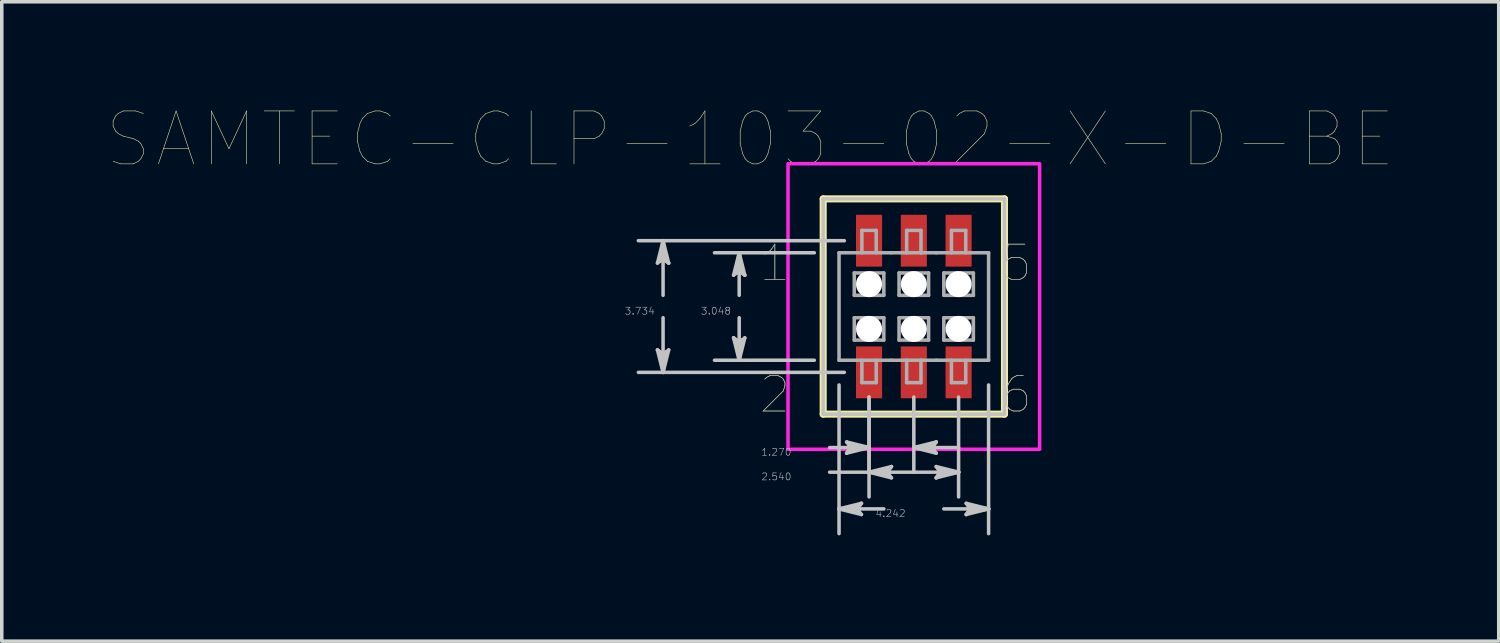
<source format=kicad_pcb>
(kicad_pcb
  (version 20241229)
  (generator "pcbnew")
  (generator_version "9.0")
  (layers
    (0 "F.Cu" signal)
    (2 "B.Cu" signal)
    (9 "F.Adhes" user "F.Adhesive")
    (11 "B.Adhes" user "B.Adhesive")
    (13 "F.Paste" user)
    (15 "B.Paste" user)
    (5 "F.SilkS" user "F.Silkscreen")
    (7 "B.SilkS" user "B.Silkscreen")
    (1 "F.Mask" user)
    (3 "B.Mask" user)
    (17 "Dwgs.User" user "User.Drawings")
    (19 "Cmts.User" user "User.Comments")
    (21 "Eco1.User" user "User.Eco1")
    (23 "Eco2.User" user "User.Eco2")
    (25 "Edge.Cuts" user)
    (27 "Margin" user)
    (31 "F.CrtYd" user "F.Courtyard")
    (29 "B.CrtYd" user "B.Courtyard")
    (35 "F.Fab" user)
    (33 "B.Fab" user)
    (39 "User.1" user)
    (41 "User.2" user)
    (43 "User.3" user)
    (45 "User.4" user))
  (footprint "SAMTEC-CLP-103-02-X-D-BE"
    (layer "F.Cu")
    (at 22.869 5.644)
    (property "Reference" "SAMTEC-CLP-103-02-X-D-BE" (at -4.639 -4.74 0) (layer "F.SilkS") (effects (font (size 1.5 1.5) (thickness 0.015))))
    (attr through_hole)
    (fp_circle (center -1.27 -0.635) (end -0.849 -0.635) (stroke (width 0) (type solid)) (fill yes) (layer "F.Mask"))
    (fp_circle (center -1.27 0.635) (end -0.849 0.635) (stroke (width 0) (type solid)) (fill yes) (layer "F.Mask"))
    (fp_circle (center 0 -0.635) (end 0.421 -0.635) (stroke (width 0) (type solid)) (fill yes) (layer "F.Mask"))
    (fp_circle (center 0 0.635) (end 0.421 0.635) (stroke (width 0) (type solid)) (fill yes) (layer "F.Mask"))
    (fp_circle (center 1.27 -0.635) (end 1.691 -0.635) (stroke (width 0) (type solid)) (fill yes) (layer "F.Mask"))
    (fp_circle (center 1.27 0.635) (end 1.691 0.635) (stroke (width 0) (type solid)) (fill yes) (layer "F.Mask"))
    (fp_poly (pts (xy -1.691 -2.653) (xy -0.849 -2.653) (xy -0.849 -1.081) (xy -1.691 -1.081)) (stroke (width 0.01) (type solid)) (fill yes) (layer "F.Mask"))
    (fp_poly (pts (xy -1.691 1.081) (xy -0.849 1.081) (xy -0.849 2.653) (xy -1.691 2.653)) (stroke (width 0.01) (type solid)) (fill yes) (layer "F.Mask"))
    (fp_poly (pts (xy -0.421 -2.653) (xy 0.421 -2.653) (xy 0.421 -1.081) (xy -0.421 -1.081)) (stroke (width 0.01) (type solid)) (fill yes) (layer "F.Mask"))
    (fp_poly (pts (xy -0.421 1.081) (xy 0.421 1.081) (xy 0.421 2.653) (xy -0.421 2.653)) (stroke (width 0.01) (type solid)) (fill yes) (layer "F.Mask"))
    (fp_poly (pts (xy 0.849 -2.653) (xy 1.691 -2.653) (xy 1.691 -1.081) (xy 0.849 -1.081)) (stroke (width 0.01) (type solid)) (fill yes) (layer "F.Mask"))
    (fp_poly (pts (xy 0.849 1.081) (xy 1.691 1.081) (xy 1.691 2.653) (xy 0.849 2.653)) (stroke (width 0.01) (type solid)) (fill yes) (layer "F.Mask"))
    (fp_circle (center -1.27 -0.635) (end -0.849 -0.635) (stroke (width 0) (type solid)) (fill yes) (layer "B.Mask"))
    (fp_circle (center -1.27 0.635) (end -0.849 0.635) (stroke (width 0) (type solid)) (fill yes) (layer "B.Mask"))
    (fp_circle (center 0 -0.635) (end 0.421 -0.635) (stroke (width 0) (type solid)) (fill yes) (layer "B.Mask"))
    (fp_circle (center 0 0.635) (end 0.421 0.635) (stroke (width 0) (type solid)) (fill yes) (layer "B.Mask"))
    (fp_circle (center 1.27 -0.635) (end 1.691 -0.635) (stroke (width 0) (type solid)) (fill yes) (layer "B.Mask"))
    (fp_circle (center 1.27 0.635) (end 1.691 0.635) (stroke (width 0) (type solid)) (fill yes) (layer "B.Mask"))
    (fp_line (start -2.571 -3.053) (end -2.571 3.053) (stroke (width 0.2) (type solid)) (layer "F.SilkS"))
    (fp_line (start -2.571 3.053) (end 2.571 3.053) (stroke (width 0.2) (type solid)) (layer "F.SilkS"))
    (fp_line (start 2.571 -3.053) (end -2.571 -3.053) (stroke (width 0.2) (type solid)) (layer "F.SilkS"))
    (fp_line (start 2.571 3.053) (end 2.571 -3.053) (stroke (width 0.2) (type solid)) (layer "F.SilkS"))
    (fp_poly (pts (xy -1.64 -2.602) (xy -0.9 -2.602) (xy -0.9 -1.132) (xy -1.64 -1.132)) (stroke (width 0.01) (type solid)) (fill yes) (layer "F.Paste"))
    (fp_poly (pts (xy -1.64 1.132) (xy -0.9 1.132) (xy -0.9 2.602) (xy -1.64 2.602)) (stroke (width 0.01) (type solid)) (fill yes) (layer "F.Paste"))
    (fp_poly (pts (xy -0.37 -2.602) (xy 0.37 -2.602) (xy 0.37 -1.132) (xy -0.37 -1.132)) (stroke (width 0.01) (type solid)) (fill yes) (layer "F.Paste"))
    (fp_poly (pts (xy -0.37 1.132) (xy 0.37 1.132) (xy 0.37 2.602) (xy -0.37 2.602)) (stroke (width 0.01) (type solid)) (fill yes) (layer "F.Paste"))
    (fp_poly (pts (xy 0.9 -2.602) (xy 1.64 -2.602) (xy 1.64 -1.132) (xy 0.9 -1.132)) (stroke (width 0.01) (type solid)) (fill yes) (layer "F.Paste"))
    (fp_poly (pts (xy 0.9 1.132) (xy 1.64 1.132) (xy 1.64 2.602) (xy 0.9 2.602)) (stroke (width 0.01) (type solid)) (fill yes) (layer "F.Paste"))
    (fp_line (start -7.271 -1.232) (end -7.112 -1.359) (stroke (width 0.1) (type solid)) (layer "Dwgs.User"))
    (fp_line (start -7.271 1.232) (end -7.112 1.867) (stroke (width 0.1) (type solid)) (layer "Dwgs.User"))
    (fp_line (start -7.191 -1.295) (end -7.112 -1.359) (stroke (width 0.1) (type solid)) (layer "Dwgs.User"))
    (fp_line (start -7.191 1.295) (end -7.271 1.232) (stroke (width 0.1) (type solid)) (layer "Dwgs.User"))
    (fp_line (start -7.112 -1.867) (end -7.271 -1.232) (stroke (width 0.1) (type solid)) (layer "Dwgs.User"))
    (fp_line (start -7.112 -1.867) (end -7.191 -1.295) (stroke (width 0.1) (type solid)) (layer "Dwgs.User"))
    (fp_line (start -7.112 -1.867) (end -7.033 -1.295) (stroke (width 0.1) (type solid)) (layer "Dwgs.User"))
    (fp_line (start -7.112 -1.359) (end -7.112 -1.867) (stroke (width 0.1) (type solid)) (layer "Dwgs.User"))
    (fp_line (start -7.112 -1.359) (end -6.953 -1.232) (stroke (width 0.1) (type solid)) (layer "Dwgs.User"))
    (fp_line (start -7.112 -0.318) (end -7.112 -1.867) (stroke (width 0.1) (type solid)) (layer "Dwgs.User"))
    (fp_line (start -7.112 0.318) (end -7.112 1.867) (stroke (width 0.1) (type solid)) (layer "Dwgs.User"))
    (fp_line (start -7.112 1.359) (end -7.271 1.232) (stroke (width 0.1) (type solid)) (layer "Dwgs.User"))
    (fp_line (start -7.112 1.359) (end -7.112 1.867) (stroke (width 0.1) (type solid)) (layer "Dwgs.User"))
    (fp_line (start -7.112 1.867) (end -7.191 1.295) (stroke (width 0.1) (type solid)) (layer "Dwgs.User"))
    (fp_line (start -7.112 1.867) (end -7.033 1.295) (stroke (width 0.1) (type solid)) (layer "Dwgs.User"))
    (fp_line (start -7.112 1.867) (end -6.953 1.232) (stroke (width 0.1) (type solid)) (layer "Dwgs.User"))
    (fp_line (start -7.033 -1.295) (end -6.953 -1.232) (stroke (width 0.1) (type solid)) (layer "Dwgs.User"))
    (fp_line (start -7.033 1.295) (end -7.112 1.359) (stroke (width 0.1) (type solid)) (layer "Dwgs.User"))
    (fp_line (start -6.953 -1.232) (end -7.112 -1.867) (stroke (width 0.1) (type solid)) (layer "Dwgs.User"))
    (fp_line (start -6.953 1.232) (end -7.112 1.359) (stroke (width 0.1) (type solid)) (layer "Dwgs.User"))
    (fp_line (start -5.112 -0.889) (end -4.953 -1.016) (stroke (width 0.1) (type solid)) (layer "Dwgs.User"))
    (fp_line (start -5.112 0.889) (end -4.953 1.524) (stroke (width 0.1) (type solid)) (layer "Dwgs.User"))
    (fp_line (start -5.032 -0.952) (end -4.953 -1.016) (stroke (width 0.1) (type solid)) (layer "Dwgs.User"))
    (fp_line (start -5.032 0.952) (end -5.112 0.889) (stroke (width 0.1) (type solid)) (layer "Dwgs.User"))
    (fp_line (start -4.953 -1.524) (end -5.112 -0.889) (stroke (width 0.1) (type solid)) (layer "Dwgs.User"))
    (fp_line (start -4.953 -1.524) (end -5.032 -0.952) (stroke (width 0.1) (type solid)) (layer "Dwgs.User"))
    (fp_line (start -4.953 -1.524) (end -4.874 -0.952) (stroke (width 0.1) (type solid)) (layer "Dwgs.User"))
    (fp_line (start -4.953 -1.016) (end -4.953 -1.524) (stroke (width 0.1) (type solid)) (layer "Dwgs.User"))
    (fp_line (start -4.953 -1.016) (end -4.794 -0.889) (stroke (width 0.1) (type solid)) (layer "Dwgs.User"))
    (fp_line (start -4.953 -0.318) (end -4.953 -1.524) (stroke (width 0.1) (type solid)) (layer "Dwgs.User"))
    (fp_line (start -4.953 0.318) (end -4.953 1.524) (stroke (width 0.1) (type solid)) (layer "Dwgs.User"))
    (fp_line (start -4.953 1.016) (end -5.112 0.889) (stroke (width 0.1) (type solid)) (layer "Dwgs.User"))
    (fp_line (start -4.953 1.016) (end -4.953 1.524) (stroke (width 0.1) (type solid)) (layer "Dwgs.User"))
    (fp_line (start -4.953 1.524) (end -5.032 0.952) (stroke (width 0.1) (type solid)) (layer "Dwgs.User"))
    (fp_line (start -4.953 1.524) (end -4.874 0.952) (stroke (width 0.1) (type solid)) (layer "Dwgs.User"))
    (fp_line (start -4.953 1.524) (end -4.794 0.889) (stroke (width 0.1) (type solid)) (layer "Dwgs.User"))
    (fp_line (start -4.874 -0.952) (end -4.794 -0.889) (stroke (width 0.1) (type solid)) (layer "Dwgs.User"))
    (fp_line (start -4.874 0.952) (end -4.953 1.016) (stroke (width 0.1) (type solid)) (layer "Dwgs.User"))
    (fp_line (start -4.794 -0.889) (end -4.953 -1.524) (stroke (width 0.1) (type solid)) (layer "Dwgs.User"))
    (fp_line (start -4.794 0.889) (end -4.953 1.016) (stroke (width 0.1) (type solid)) (layer "Dwgs.User"))
    (fp_line (start -2.822 -1.524) (end -5.654 -1.524) (stroke (width 0.1) (type solid)) (layer "Dwgs.User"))
    (fp_line (start -2.822 1.524) (end -5.654 1.524) (stroke (width 0.1) (type solid)) (layer "Dwgs.User"))
    (fp_line (start -2.571 -3.053) (end -2.571 3.053) (stroke (width 0.1) (type solid)) (layer "Dwgs.User"))
    (fp_line (start -2.571 3.053) (end 2.571 3.053) (stroke (width 0.1) (type solid)) (layer "Dwgs.User"))
    (fp_line (start -2.388 4) (end -1.27 4) (stroke (width 0.1) (type solid)) (layer "Dwgs.User"))
    (fp_line (start -2.388 4.699) (end -1.27 4.699) (stroke (width 0.1) (type solid)) (layer "Dwgs.User"))
    (fp_line (start -2.121 2.225) (end -2.121 6.441) (stroke (width 0.1) (type solid)) (layer "Dwgs.User"))
    (fp_line (start -2.121 5.74) (end -1.549 5.661) (stroke (width 0.1) (type solid)) (layer "Dwgs.User"))
    (fp_line (start -2.121 5.74) (end -1.549 5.82) (stroke (width 0.1) (type solid)) (layer "Dwgs.User"))
    (fp_line (start -2.121 5.74) (end -1.486 5.899) (stroke (width 0.1) (type solid)) (layer "Dwgs.User"))
    (fp_line (start -1.971 -1.867) (end -7.813 -1.867) (stroke (width 0.1) (type solid)) (layer "Dwgs.User"))
    (fp_line (start -1.971 1.867) (end -7.813 1.867) (stroke (width 0.1) (type solid)) (layer "Dwgs.User"))
    (fp_line (start -1.905 3.842) (end -1.778 4) (stroke (width 0.1) (type solid)) (layer "Dwgs.User"))
    (fp_line (start -1.905 4.159) (end -1.27 4) (stroke (width 0.1) (type solid)) (layer "Dwgs.User"))
    (fp_line (start -1.842 3.921) (end -1.778 4) (stroke (width 0.1) (type solid)) (layer "Dwgs.User"))
    (fp_line (start -1.842 4.08) (end -1.905 4.159) (stroke (width 0.1) (type solid)) (layer "Dwgs.User"))
    (fp_line (start -1.778 4) (end -1.905 4.159) (stroke (width 0.1) (type solid)) (layer "Dwgs.User"))
    (fp_line (start -1.778 4) (end -1.27 4) (stroke (width 0.1) (type solid)) (layer "Dwgs.User"))
    (fp_line (start -1.613 5.74) (end -2.121 5.74) (stroke (width 0.1) (type solid)) (layer "Dwgs.User"))
    (fp_line (start -1.613 5.74) (end -1.486 5.582) (stroke (width 0.1) (type solid)) (layer "Dwgs.User"))
    (fp_line (start -1.549 5.661) (end -1.486 5.582) (stroke (width 0.1) (type solid)) (layer "Dwgs.User"))
    (fp_line (start -1.549 5.82) (end -1.613 5.74) (stroke (width 0.1) (type solid)) (layer "Dwgs.User"))
    (fp_line (start -1.486 5.582) (end -2.121 5.74) (stroke (width 0.1) (type solid)) (layer "Dwgs.User"))
    (fp_line (start -1.486 5.899) (end -1.613 5.74) (stroke (width 0.1) (type solid)) (layer "Dwgs.User"))
    (fp_line (start -1.27 2.568) (end -1.27 4.702) (stroke (width 0.1) (type solid)) (layer "Dwgs.User"))
    (fp_line (start -1.27 2.568) (end -1.27 5.4) (stroke (width 0.1) (type solid)) (layer "Dwgs.User"))
    (fp_line (start -1.27 4) (end -1.905 3.842) (stroke (width 0.1) (type solid)) (layer "Dwgs.User"))
    (fp_line (start -1.27 4) (end -1.842 3.921) (stroke (width 0.1) (type solid)) (layer "Dwgs.User"))
    (fp_line (start -1.27 4) (end -1.842 4.08) (stroke (width 0.1) (type solid)) (layer "Dwgs.User"))
    (fp_line (start -1.27 4.699) (end -0.698 4.62) (stroke (width 0.1) (type solid)) (layer "Dwgs.User"))
    (fp_line (start -1.27 4.699) (end -0.698 4.778) (stroke (width 0.1) (type solid)) (layer "Dwgs.User"))
    (fp_line (start -1.27 4.699) (end -0.635 4.858) (stroke (width 0.1) (type solid)) (layer "Dwgs.User"))
    (fp_line (start -1.27 4.699) (end 1.27 4.699) (stroke (width 0.1) (type solid)) (layer "Dwgs.User"))
    (fp_line (start -0.851 5.74) (end -2.121 5.74) (stroke (width 0.1) (type solid)) (layer "Dwgs.User"))
    (fp_line (start -0.762 4.699) (end -1.27 4.699) (stroke (width 0.1) (type solid)) (layer "Dwgs.User"))
    (fp_line (start -0.762 4.699) (end -0.635 4.54) (stroke (width 0.1) (type solid)) (layer "Dwgs.User"))
    (fp_line (start -0.698 4.62) (end -0.635 4.54) (stroke (width 0.1) (type solid)) (layer "Dwgs.User"))
    (fp_line (start -0.698 4.778) (end -0.762 4.699) (stroke (width 0.1) (type solid)) (layer "Dwgs.User"))
    (fp_line (start -0.635 4.54) (end -1.27 4.699) (stroke (width 0.1) (type solid)) (layer "Dwgs.User"))
    (fp_line (start -0.635 4.858) (end -0.762 4.699) (stroke (width 0.1) (type solid)) (layer "Dwgs.User"))
    (fp_line (start 0 2.568) (end 0 4.702) (stroke (width 0.1) (type solid)) (layer "Dwgs.User"))
    (fp_line (start 0 4) (end 0.572 3.921) (stroke (width 0.1) (type solid)) (layer "Dwgs.User"))
    (fp_line (start 0 4) (end 0.572 4.08) (stroke (width 0.1) (type solid)) (layer "Dwgs.User"))
    (fp_line (start 0 4) (end 0.635 4.159) (stroke (width 0.1) (type solid)) (layer "Dwgs.User"))
    (fp_line (start 0.508 4) (end 0 4) (stroke (width 0.1) (type solid)) (layer "Dwgs.User"))
    (fp_line (start 0.508 4) (end 0.635 3.842) (stroke (width 0.1) (type solid)) (layer "Dwgs.User"))
    (fp_line (start 0.572 3.921) (end 0.635 3.842) (stroke (width 0.1) (type solid)) (layer "Dwgs.User"))
    (fp_line (start 0.572 4.08) (end 0.508 4) (stroke (width 0.1) (type solid)) (layer "Dwgs.User"))
    (fp_line (start 0.635 3.842) (end 0 4) (stroke (width 0.1) (type solid)) (layer "Dwgs.User"))
    (fp_line (start 0.635 4.159) (end 0.508 4) (stroke (width 0.1) (type solid)) (layer "Dwgs.User"))
    (fp_line (start 0.635 4.54) (end 0.762 4.699) (stroke (width 0.1) (type solid)) (layer "Dwgs.User"))
    (fp_line (start 0.635 4.858) (end 1.27 4.699) (stroke (width 0.1) (type solid)) (layer "Dwgs.User"))
    (fp_line (start 0.698 4.62) (end 0.762 4.699) (stroke (width 0.1) (type solid)) (layer "Dwgs.User"))
    (fp_line (start 0.698 4.778) (end 0.635 4.858) (stroke (width 0.1) (type solid)) (layer "Dwgs.User"))
    (fp_line (start 0.762 4.699) (end 0.635 4.858) (stroke (width 0.1) (type solid)) (layer "Dwgs.User"))
    (fp_line (start 0.762 4.699) (end 1.27 4.699) (stroke (width 0.1) (type solid)) (layer "Dwgs.User"))
    (fp_line (start 0.851 5.74) (end 2.121 5.74) (stroke (width 0.1) (type solid)) (layer "Dwgs.User"))
    (fp_line (start 1.27 2.568) (end 1.27 5.4) (stroke (width 0.1) (type solid)) (layer "Dwgs.User"))
    (fp_line (start 1.27 4) (end 0 4) (stroke (width 0.1) (type solid)) (layer "Dwgs.User"))
    (fp_line (start 1.27 4.699) (end 0.635 4.54) (stroke (width 0.1) (type solid)) (layer "Dwgs.User"))
    (fp_line (start 1.27 4.699) (end 0.698 4.62) (stroke (width 0.1) (type solid)) (layer "Dwgs.User"))
    (fp_line (start 1.27 4.699) (end 0.698 4.778) (stroke (width 0.1) (type solid)) (layer "Dwgs.User"))
    (fp_line (start 1.486 5.582) (end 1.613 5.74) (stroke (width 0.1) (type solid)) (layer "Dwgs.User"))
    (fp_line (start 1.486 5.899) (end 2.121 5.74) (stroke (width 0.1) (type solid)) (layer "Dwgs.User"))
    (fp_line (start 1.549 5.661) (end 1.613 5.74) (stroke (width 0.1) (type solid)) (layer "Dwgs.User"))
    (fp_line (start 1.549 5.82) (end 1.486 5.899) (stroke (width 0.1) (type solid)) (layer "Dwgs.User"))
    (fp_line (start 1.613 5.74) (end 1.486 5.899) (stroke (width 0.1) (type solid)) (layer "Dwgs.User"))
    (fp_line (start 1.613 5.74) (end 2.121 5.74) (stroke (width 0.1) (type solid)) (layer "Dwgs.User"))
    (fp_line (start 2.121 2.225) (end 2.121 6.441) (stroke (width 0.1) (type solid)) (layer "Dwgs.User"))
    (fp_line (start 2.121 5.74) (end 1.486 5.582) (stroke (width 0.1) (type solid)) (layer "Dwgs.User"))
    (fp_line (start 2.121 5.74) (end 1.549 5.661) (stroke (width 0.1) (type solid)) (layer "Dwgs.User"))
    (fp_line (start 2.121 5.74) (end 1.549 5.82) (stroke (width 0.1) (type solid)) (layer "Dwgs.User"))
    (fp_line (start 2.571 -3.053) (end -2.571 -3.053) (stroke (width 0.1) (type solid)) (layer "Dwgs.User"))
    (fp_line (start 2.571 3.053) (end 2.571 -3.053) (stroke (width 0.1) (type solid)) (layer "Dwgs.User"))
    (fp_poly (pts (xy 3.568 -4.05) (xy -3.568 -4.05) (xy -3.568 4.05) (xy 3.568 4.05) (xy 3.568 -4.05)) (stroke (width 0.1) (type solid)) (fill no) (layer "F.CrtYd"))
    (fp_line (start -2.121 -1.524) (end -0.637 -1.524) (stroke (width 0.1) (type solid)) (layer "F.Fab"))
    (fp_line (start -2.121 1.524) (end -2.121 -1.524) (stroke (width 0.1) (type solid)) (layer "F.Fab"))
    (fp_line (start -1.689 -0.952) (end -0.851 -0.952) (stroke (width 0.1) (type solid)) (layer "F.Fab"))
    (fp_line (start -1.689 -0.318) (end -1.689 -0.952) (stroke (width 0.1) (type solid)) (layer "F.Fab"))
    (fp_line (start -1.689 0.318) (end -0.851 0.318) (stroke (width 0.1) (type solid)) (layer "F.Fab"))
    (fp_line (start -1.689 0.952) (end -1.689 0.318) (stroke (width 0.1) (type solid)) (layer "F.Fab"))
    (fp_line (start -1.473 -2.159) (end -1.473 -1.524) (stroke (width 0.1) (type solid)) (layer "F.Fab"))
    (fp_line (start -1.473 1.524) (end -1.473 2.159) (stroke (width 0.1) (type solid)) (layer "F.Fab"))
    (fp_line (start -1.473 2.159) (end -1.067 2.159) (stroke (width 0.1) (type solid)) (layer "F.Fab"))
    (fp_line (start -1.067 -2.159) (end -1.473 -2.159) (stroke (width 0.1) (type solid)) (layer "F.Fab"))
    (fp_line (start -1.067 -1.524) (end -1.067 -2.159) (stroke (width 0.1) (type solid)) (layer "F.Fab"))
    (fp_line (start -1.067 2.159) (end -1.067 1.524) (stroke (width 0.1) (type solid)) (layer "F.Fab"))
    (fp_line (start -0.851 -0.952) (end -0.851 -0.318) (stroke (width 0.1) (type solid)) (layer "F.Fab"))
    (fp_line (start -0.851 -0.318) (end -1.689 -0.318) (stroke (width 0.1) (type solid)) (layer "F.Fab"))
    (fp_line (start -0.851 0.318) (end -0.851 0.952) (stroke (width 0.1) (type solid)) (layer "F.Fab"))
    (fp_line (start -0.851 0.952) (end -1.689 0.952) (stroke (width 0.1) (type solid)) (layer "F.Fab"))
    (fp_line (start -0.637 -1.524) (end -0.203 -1.524) (stroke (width 0.1) (type solid)) (layer "F.Fab"))
    (fp_line (start -0.635 1.524) (end -2.121 1.524) (stroke (width 0.1) (type solid)) (layer "F.Fab"))
    (fp_line (start -0.635 1.524) (end -0.203 1.524) (stroke (width 0.1) (type solid)) (layer "F.Fab"))
    (fp_line (start -0.419 -0.952) (end 0.419 -0.952) (stroke (width 0.1) (type solid)) (layer "F.Fab"))
    (fp_line (start -0.419 -0.318) (end -0.419 -0.952) (stroke (width 0.1) (type solid)) (layer "F.Fab"))
    (fp_line (start -0.419 0.318) (end 0.419 0.318) (stroke (width 0.1) (type solid)) (layer "F.Fab"))
    (fp_line (start -0.419 0.952) (end -0.419 0.318) (stroke (width 0.1) (type solid)) (layer "F.Fab"))
    (fp_line (start -0.203 -2.159) (end 0.203 -2.159) (stroke (width 0.1) (type solid)) (layer "F.Fab"))
    (fp_line (start -0.203 -1.524) (end -0.203 -2.159) (stroke (width 0.1) (type solid)) (layer "F.Fab"))
    (fp_line (start -0.203 -1.524) (end 0.203 -1.524) (stroke (width 0.1) (type solid)) (layer "F.Fab"))
    (fp_line (start -0.203 1.524) (end -0.203 2.159) (stroke (width 0.1) (type solid)) (layer "F.Fab"))
    (fp_line (start -0.203 1.524) (end 0.203 1.524) (stroke (width 0.1) (type solid)) (layer "F.Fab"))
    (fp_line (start -0.203 2.159) (end 0.203 2.159) (stroke (width 0.1) (type solid)) (layer "F.Fab"))
    (fp_line (start 0.203 -2.159) (end 0.203 -1.524) (stroke (width 0.1) (type solid)) (layer "F.Fab"))
    (fp_line (start 0.203 -1.524) (end 0.635 -1.524) (stroke (width 0.1) (type solid)) (layer "F.Fab"))
    (fp_line (start 0.203 1.524) (end 0.635 1.524) (stroke (width 0.1) (type solid)) (layer "F.Fab"))
    (fp_line (start 0.203 2.159) (end 0.203 1.524) (stroke (width 0.1) (type solid)) (layer "F.Fab"))
    (fp_line (start 0.419 -0.952) (end 0.419 -0.318) (stroke (width 0.1) (type solid)) (layer "F.Fab"))
    (fp_line (start 0.419 -0.318) (end -0.419 -0.318) (stroke (width 0.1) (type solid)) (layer "F.Fab"))
    (fp_line (start 0.419 0.318) (end 0.419 0.952) (stroke (width 0.1) (type solid)) (layer "F.Fab"))
    (fp_line (start 0.419 0.952) (end -0.419 0.952) (stroke (width 0.1) (type solid)) (layer "F.Fab"))
    (fp_line (start 0.635 -1.524) (end 2.121 -1.524) (stroke (width 0.1) (type solid)) (layer "F.Fab"))
    (fp_line (start 0.851 -0.952) (end 1.689 -0.952) (stroke (width 0.1) (type solid)) (layer "F.Fab"))
    (fp_line (start 0.851 -0.318) (end 0.851 -0.952) (stroke (width 0.1) (type solid)) (layer "F.Fab"))
    (fp_line (start 0.851 0.318) (end 1.689 0.318) (stroke (width 0.1) (type solid)) (layer "F.Fab"))
    (fp_line (start 0.851 0.952) (end 0.851 0.318) (stroke (width 0.1) (type solid)) (layer "F.Fab"))
    (fp_line (start 1.067 -2.159) (end 1.067 -1.524) (stroke (width 0.1) (type solid)) (layer "F.Fab"))
    (fp_line (start 1.067 1.524) (end 1.067 2.159) (stroke (width 0.1) (type solid)) (layer "F.Fab"))
    (fp_line (start 1.067 2.159) (end 1.473 2.159) (stroke (width 0.1) (type solid)) (layer "F.Fab"))
    (fp_line (start 1.473 -2.159) (end 1.067 -2.159) (stroke (width 0.1) (type solid)) (layer "F.Fab"))
    (fp_line (start 1.473 -1.524) (end 1.473 -2.159) (stroke (width 0.1) (type solid)) (layer "F.Fab"))
    (fp_line (start 1.473 2.159) (end 1.473 1.524) (stroke (width 0.1) (type solid)) (layer "F.Fab"))
    (fp_line (start 1.689 -0.952) (end 1.689 -0.318) (stroke (width 0.1) (type solid)) (layer "F.Fab"))
    (fp_line (start 1.689 -0.318) (end 0.851 -0.318) (stroke (width 0.1) (type solid)) (layer "F.Fab"))
    (fp_line (start 1.689 0.318) (end 1.689 0.952) (stroke (width 0.1) (type solid)) (layer "F.Fab"))
    (fp_line (start 1.689 0.952) (end 0.851 0.952) (stroke (width 0.1) (type solid)) (layer "F.Fab"))
    (fp_line (start 2.121 -1.524) (end 2.121 1.524) (stroke (width 0.1) (type solid)) (layer "F.Fab"))
    (fp_line (start 2.121 1.524) (end 0.635 1.524) (stroke (width 0.1) (type solid)) (layer "F.Fab"))
    (fp_text user "1" (at -3.941 -1.232 0) (layer "F.SilkS") (effects (font (size 1 1) (thickness 0.015))))
    (fp_text user "5" (at 2.912 -1.232 0) (layer "F.SilkS") (effects (font (size 1 1) (thickness 0.015))))
    (fp_text user "6" (at 2.912 2.502 0) (layer "F.SilkS") (effects (font (size 1 1) (thickness 0.015))))
    (fp_text user "2" (at -3.941 2.502 0) (layer "F.SilkS") (effects (font (size 1 1) (thickness 0.015))))
    (fp_text user "2.540" (at -3.899 4.826 0) (layer "Dwgs.User") (effects (font (size 0.2 0.2) (thickness 0.015))))
    (fp_text user "3.734" (at -7.772 0.127 0) (layer "Dwgs.User") (effects (font (size 0.2 0.2) (thickness 0.015))))
    (fp_text user "4.242" (at -0.66 5.867 0) (layer "Dwgs.User") (effects (font (size 0.2 0.2) (thickness 0.015))))
    (fp_text user "3.048" (at -5.613 0.127 0) (layer "Dwgs.User") (effects (font (size 0.2 0.2) (thickness 0.015))))
    (fp_text user "1.270" (at -3.899 4.128 0) (layer "Dwgs.User") (effects (font (size 0.2 0.2) (thickness 0.015))))
    (fp_text user "6" (at 2.912 2.502 0) (layer "F.Fab") (effects (font (size 1 1) (thickness 0.015))))
    (fp_text user "2" (at -3.941 2.502 0) (layer "F.Fab") (effects (font (size 1 1) (thickness 0.015))))
    (fp_text user "1" (at -3.941 -1.232 0) (layer "F.Fab") (effects (font (size 1 1) (thickness 0.015))))
    (fp_text user "5" (at 2.912 -1.232 0) (layer "F.Fab") (effects (font (size 1 1) (thickness 0.015))))
    (pad "" np_thru_hole circle (at -1.27 -0.635) (size 0.74 0.74) (drill 0.74) (layers "*.Cu" "*.Mask"))
    (pad "" np_thru_hole circle (at -1.27 0.635) (size 0.74 0.74) (drill 0.74) (layers "*.Cu" "*.Mask"))
    (pad "" np_thru_hole circle (at 0 -0.635) (size 0.74 0.74) (drill 0.74) (layers "*.Cu" "*.Mask"))
    (pad "" np_thru_hole circle (at 0 0.635) (size 0.74 0.74) (drill 0.74) (layers "*.Cu" "*.Mask"))
    (pad "" np_thru_hole circle (at 1.27 -0.635) (size 0.74 0.74) (drill 0.74) (layers "*.Cu" "*.Mask"))
    (pad "" np_thru_hole circle (at 1.27 0.635) (size 0.74 0.74) (drill 0.74) (layers "*.Cu" "*.Mask"))
    (pad "1" smd rect (at -1.27 -1.867) (size 0.74 1.47) (layers "F.Cu" "F.Paste"))
    (pad "2" smd rect (at -1.27 1.867) (size 0.74 1.47) (layers "F.Cu" "F.Paste"))
    (pad "3" smd rect (at 0 -1.867) (size 0.74 1.47) (layers "F.Cu" "F.Paste"))
    (pad "4" smd rect (at 0 1.867) (size 0.74 1.47) (layers "F.Cu" "F.Paste"))
    (pad "5" smd rect (at 1.27 -1.867) (size 0.74 1.47) (layers "F.Cu" "F.Paste"))
    (pad "6" smd rect (at 1.27 1.867) (size 0.74 1.47) (layers "F.Cu" "F.Paste")))
  (gr_rect
    (start -3 -3)
    (end 39.459 15.135)
    (stroke (width 0.1) (type default))
    (fill no)
    (layer "Edge.Cuts")))
</source>
